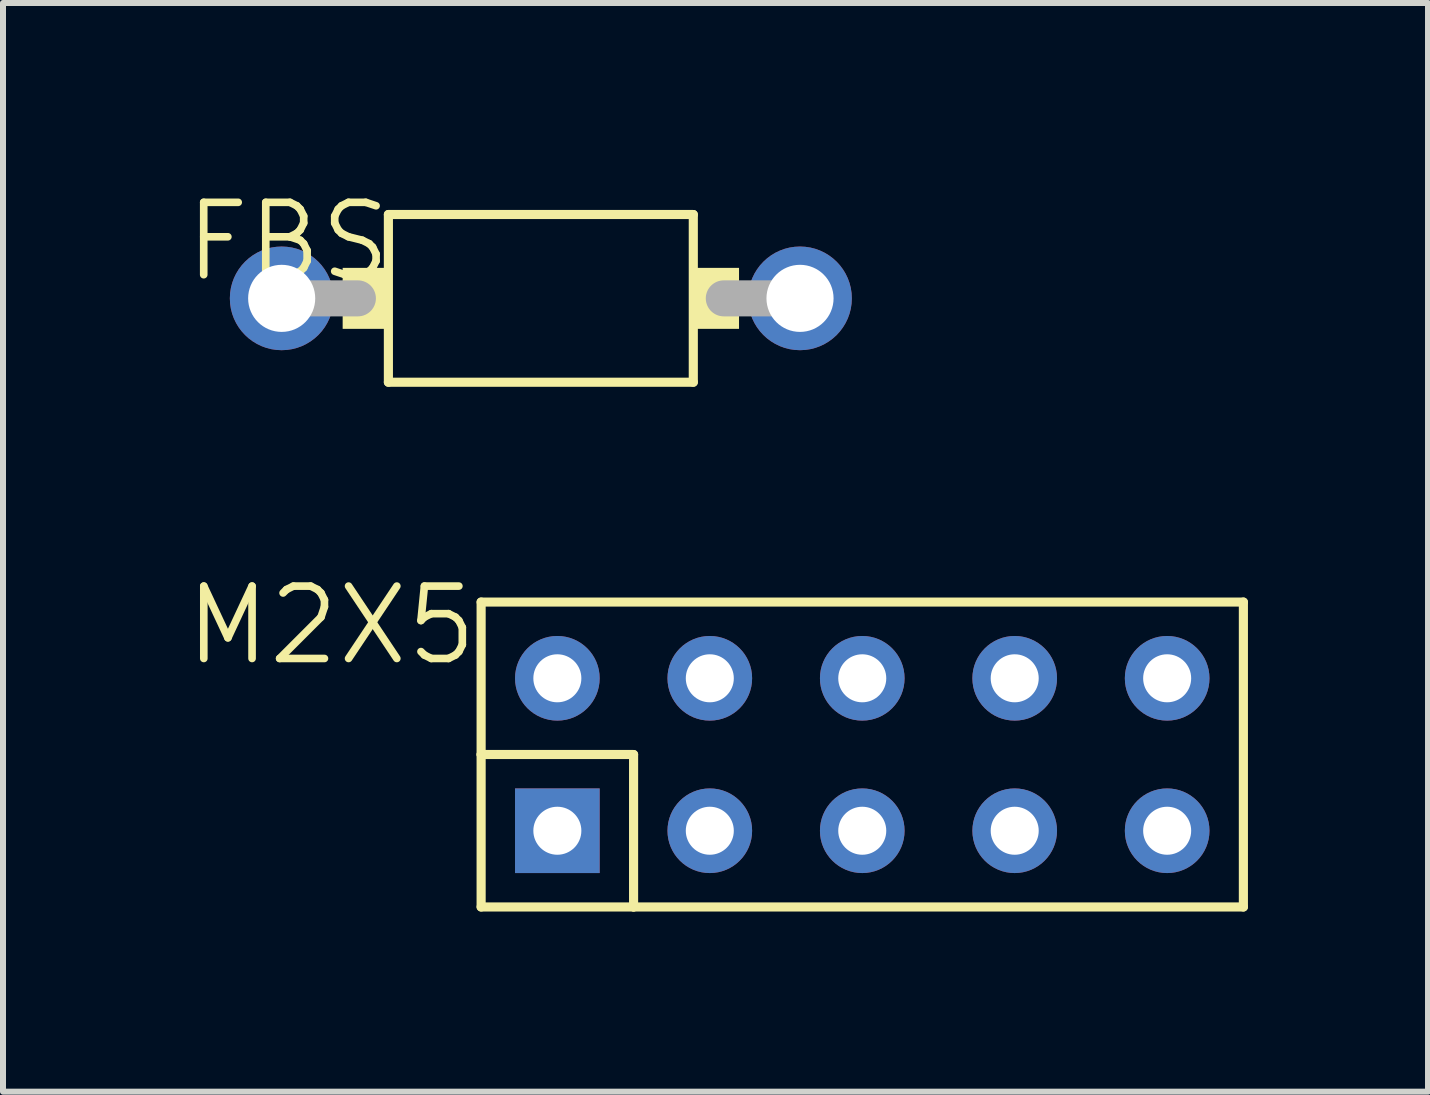
<source format=kicad_pcb>
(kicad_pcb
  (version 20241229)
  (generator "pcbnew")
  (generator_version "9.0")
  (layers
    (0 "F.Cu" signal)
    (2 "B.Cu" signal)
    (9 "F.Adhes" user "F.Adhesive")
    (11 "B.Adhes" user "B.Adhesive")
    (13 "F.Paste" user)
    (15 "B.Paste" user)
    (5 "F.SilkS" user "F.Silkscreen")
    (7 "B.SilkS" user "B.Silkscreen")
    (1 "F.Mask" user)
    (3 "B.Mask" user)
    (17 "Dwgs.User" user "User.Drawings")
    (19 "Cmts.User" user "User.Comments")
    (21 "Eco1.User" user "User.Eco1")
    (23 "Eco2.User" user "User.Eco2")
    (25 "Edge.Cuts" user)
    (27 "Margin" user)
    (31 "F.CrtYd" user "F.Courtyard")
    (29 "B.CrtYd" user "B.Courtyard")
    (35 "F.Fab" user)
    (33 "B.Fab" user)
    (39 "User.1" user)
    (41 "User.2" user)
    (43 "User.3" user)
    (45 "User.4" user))
  (footprint "M2X5"
    (layer "F.Cu")
    (at 11.316 9.521)
    (property "Reference" "M2X5" (at -6.35 -2.857 0) (layer "F.SilkS") (effects (font (size 1.206 1.206) (thickness 0.127)) (justify right top)))
    (attr through_hole)
    (fp_line (start -6.35 -2.54) (end 6.35 -2.54) (stroke (width 0.152) (type solid)) (layer "F.SilkS"))
    (fp_line (start -6.35 0) (end -6.35 -2.54) (stroke (width 0.152) (type solid)) (layer "F.SilkS"))
    (fp_line (start -6.35 2.54) (end -6.35 0) (stroke (width 0.152) (type solid)) (layer "F.SilkS"))
    (fp_line (start -3.81 0) (end -6.35 0) (stroke (width 0.152) (type solid)) (layer "F.SilkS"))
    (fp_line (start -3.81 2.54) (end -6.35 2.54) (stroke (width 0.152) (type solid)) (layer "F.SilkS"))
    (fp_line (start -3.81 2.54) (end -3.81 0) (stroke (width 0.152) (type solid)) (layer "F.SilkS"))
    (fp_line (start 6.35 -2.54) (end 6.35 2.54) (stroke (width 0.152) (type solid)) (layer "F.SilkS"))
    (fp_line (start 6.35 2.54) (end -3.81 2.54) (stroke (width 0.152) (type solid)) (layer "F.SilkS"))
    (pad "1" thru_hole rect (at -5.08 1.27) (size 1.41 1.41) (drill 0.8) (layers "*.Cu" "*.Mask"))
    (pad "2" thru_hole circle (at -5.08 -1.27) (size 1.41 1.41) (drill 0.8) (layers "*.Cu" "*.Mask"))
    (pad "3" thru_hole circle (at -2.54 1.27) (size 1.41 1.41) (drill 0.8) (layers "*.Cu" "*.Mask"))
    (pad "4" thru_hole circle (at -2.54 -1.27) (size 1.41 1.41) (drill 0.8) (layers "*.Cu" "*.Mask"))
    (pad "5" thru_hole circle (at 0 1.27) (size 1.41 1.41) (drill 0.8) (layers "*.Cu" "*.Mask"))
    (pad "6" thru_hole circle (at 0 -1.27) (size 1.41 1.41) (drill 0.8) (layers "*.Cu" "*.Mask"))
    (pad "7" thru_hole circle (at 2.54 1.27) (size 1.41 1.41) (drill 0.8) (layers "*.Cu" "*.Mask"))
    (pad "8" thru_hole circle (at 2.54 -1.27) (size 1.41 1.41) (drill 0.8) (layers "*.Cu" "*.Mask"))
    (pad "9" thru_hole circle (at 5.08 1.27) (size 1.41 1.41) (drill 0.8) (layers "*.Cu" "*.Mask"))
    (pad "10" thru_hole circle (at 5.08 -1.27) (size 1.41 1.41) (drill 0.8) (layers "*.Cu" "*.Mask")))
  (footprint "FBS"
    (layer "F.Cu")
    (at 5.961 1.921)
    (property "Reference" "FBS" (at -2.432 -1.651 0) (layer "F.SilkS") (effects (font (size 1.206 1.206) (thickness 0.127)) (justify right top)))
    (attr through_hole)
    (fp_line (start -2.54 -1.397) (end -2.54 1.397) (stroke (width 0.152) (type solid)) (layer "F.SilkS"))
    (fp_line (start -2.54 -1.397) (end 2.54 -1.397) (stroke (width 0.152) (type solid)) (layer "F.SilkS"))
    (fp_line (start 2.54 1.397) (end -2.54 1.397) (stroke (width 0.152) (type solid)) (layer "F.SilkS"))
    (fp_line (start 2.54 1.397) (end 2.54 -1.397) (stroke (width 0.152) (type solid)) (layer "F.SilkS"))
    (fp_poly (pts (xy -3.302 0.508) (xy -2.54 0.508) (xy -2.54 -0.508) (xy -3.302 -0.508)) (stroke (width 0) (type solid)) (fill yes) (layer "F.SilkS"))
    (fp_poly (pts (xy 2.54 0.508) (xy 3.302 0.508) (xy 3.302 -0.508) (xy 2.54 -0.508)) (stroke (width 0) (type solid)) (fill yes) (layer "F.SilkS"))
    (fp_line (start -4.318 0) (end -3.048 0) (stroke (width 0.6) (type solid)) (layer "F.Fab"))
    (fp_line (start 4.318 0) (end 3.048 0) (stroke (width 0.6) (type solid)) (layer "F.Fab"))
    (pad "1" thru_hole circle (at -4.318 0) (size 1.727 1.727) (drill 1.118) (layers "*.Cu" "*.Mask"))
    (pad "2" thru_hole circle (at 4.318 0) (size 1.727 1.727) (drill 1.118) (layers "*.Cu" "*.Mask")))
  (gr_rect
    (start -3 -3)
    (end 20.742 15.138)
    (stroke (width 0.1) (type default))
    (fill no)
    (layer "Edge.Cuts")))
</source>
